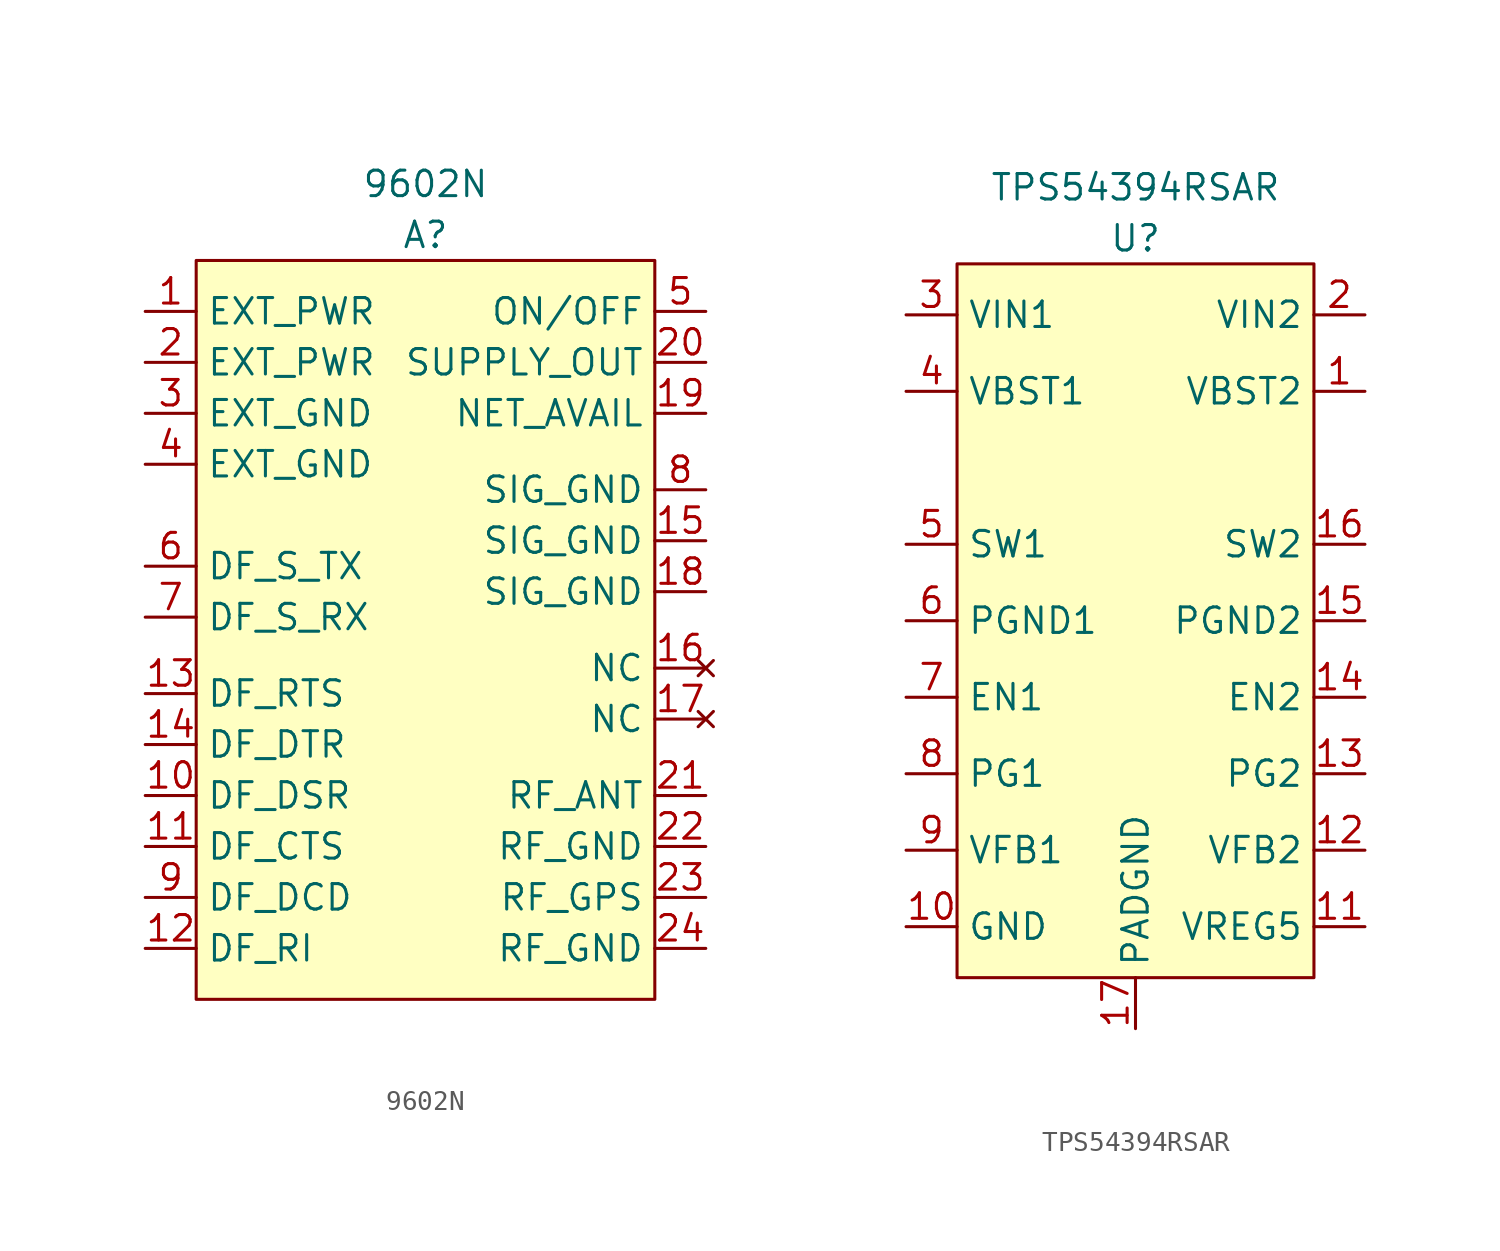
<source format=kicad_sym>
(kicad_symbol_lib
  (version 20211014)
  (generator kicad_symbol_editor)
  (symbol "9602N"
    (property "Reference" "A"
      (at 0 1.27 0)
      (effects (font (size 1.27 1.27))))
    (property "Value" "9602N"
      (at 0 3.81 0)
      (effects (font (size 1.27 1.27))))
    (symbol "9602N_0_1"
      (rectangle (start -11.43 0) (end 11.43 -36.83) (stroke (width 0) (type default) (color 0 0 0 0)) (fill (type background))))
    (symbol "9602N_1_1"
      (pin input line (at -13.97 -2.54 0) (length 2.54) (name "EXT_PWR" (effects (font (size 1.27 1.27)))) (number "1" (effects (font (size 1.27 1.27)))))
      (pin input line (at -13.97 -26.67 0) (length 2.54) (name "DF_DSR" (effects (font (size 1.27 1.27)))) (number "10" (effects (font (size 1.27 1.27)))))
      (pin input line (at -13.97 -29.21 0) (length 2.54) (name "DF_CTS" (effects (font (size 1.27 1.27)))) (number "11" (effects (font (size 1.27 1.27)))))
      (pin input line (at -13.97 -34.29 0) (length 2.54) (name "DF_RI" (effects (font (size 1.27 1.27)))) (number "12" (effects (font (size 1.27 1.27)))))
      (pin input line (at -13.97 -21.59 0) (length 2.54) (name "DF_RTS" (effects (font (size 1.27 1.27)))) (number "13" (effects (font (size 1.27 1.27)))))
      (pin input line (at -13.97 -24.13 0) (length 2.54) (name "DF_DTR" (effects (font (size 1.27 1.27)))) (number "14" (effects (font (size 1.27 1.27)))))
      (pin input line (at 13.97 -13.97 180) (length 2.54) (name "SIG_GND" (effects (font (size 1.27 1.27)))) (number "15" (effects (font (size 1.27 1.27)))))
      (pin no_connect line (at 13.97 -20.32 180) (length 2.54) (name "NC" (effects (font (size 1.27 1.27)))) (number "16" (effects (font (size 1.27 1.27)))))
      (pin no_connect line (at 13.97 -22.86 180) (length 2.54) (name "NC" (effects (font (size 1.27 1.27)))) (number "17" (effects (font (size 1.27 1.27)))))
      (pin input line (at 13.97 -16.51 180) (length 2.54) (name "SIG_GND" (effects (font (size 1.27 1.27)))) (number "18" (effects (font (size 1.27 1.27)))))
      (pin input line (at 13.97 -7.62 180) (length 2.54) (name "NET_AVAIL" (effects (font (size 1.27 1.27)))) (number "19" (effects (font (size 1.27 1.27)))))
      (pin input line (at -13.97 -5.08 0) (length 2.54) (name "EXT_PWR" (effects (font (size 1.27 1.27)))) (number "2" (effects (font (size 1.27 1.27)))))
      (pin input line (at 13.97 -5.08 180) (length 2.54) (name "SUPPLY_OUT" (effects (font (size 1.27 1.27)))) (number "20" (effects (font (size 1.27 1.27)))))
      (pin input line (at 13.97 -26.67 180) (length 2.54) (name "RF_ANT" (effects (font (size 1.27 1.27)))) (number "21" (effects (font (size 1.27 1.27)))))
      (pin input line (at 13.97 -29.21 180) (length 2.54) (name "RF_GND" (effects (font (size 1.27 1.27)))) (number "22" (effects (font (size 1.27 1.27)))))
      (pin input line (at 13.97 -31.75 180) (length 2.54) (name "RF_GPS" (effects (font (size 1.27 1.27)))) (number "23" (effects (font (size 1.27 1.27)))))
      (pin input line (at 13.97 -34.29 180) (length 2.54) (name "RF_GND" (effects (font (size 1.27 1.27)))) (number "24" (effects (font (size 1.27 1.27)))))
      (pin input line (at -13.97 -7.62 0) (length 2.54) (name "EXT_GND" (effects (font (size 1.27 1.27)))) (number "3" (effects (font (size 1.27 1.27)))))
      (pin input line (at -13.97 -10.16 0) (length 2.54) (name "EXT_GND" (effects (font (size 1.27 1.27)))) (number "4" (effects (font (size 1.27 1.27)))))
      (pin input line (at 13.97 -2.54 180) (length 2.54) (name "ON/OFF" (effects (font (size 1.27 1.27)))) (number "5" (effects (font (size 1.27 1.27)))))
      (pin input line (at -13.97 -15.24 0) (length 2.54) (name "DF_S_TX" (effects (font (size 1.27 1.27)))) (number "6" (effects (font (size 1.27 1.27)))))
      (pin input line (at -13.97 -17.78 0) (length 2.54) (name "DF_S_RX" (effects (font (size 1.27 1.27)))) (number "7" (effects (font (size 1.27 1.27)))))
      (pin input line (at 13.97 -11.43 180) (length 2.54) (name "SIG_GND" (effects (font (size 1.27 1.27)))) (number "8" (effects (font (size 1.27 1.27)))))
      (pin input line (at -13.97 -31.75 0) (length 2.54) (name "DF_DCD" (effects (font (size 1.27 1.27)))) (number "9" (effects (font (size 1.27 1.27)))))))
  (symbol "TPS54394RSAR"
    (property "Reference" "U"
      (at 0 1.27 0)
      (effects (font (size 1.27 1.27))))
    (property "Value" "TPS54394RSAR"
      (at 0 3.81 0)
      (effects (font (size 1.27 1.27))))
    (symbol "TPS54394RSAR_0_1"
      (rectangle (start -8.89 0) (end 8.89 -35.56) (stroke (width 0) (type default) (color 0 0 0 0)) (fill (type background))))
    (symbol "TPS54394RSAR_1_1"
      (pin input line (at 11.43 -6.35 180) (length 2.54) (name "VBST2" (effects (font (size 1.27 1.27)))) (number "1" (effects (font (size 1.27 1.27)))))
      (pin input line (at -11.43 -33.02 0) (length 2.54) (name "GND" (effects (font (size 1.27 1.27)))) (number "10" (effects (font (size 1.27 1.27)))))
      (pin input line (at 11.43 -33.02 180) (length 2.54) (name "VREG5" (effects (font (size 1.27 1.27)))) (number "11" (effects (font (size 1.27 1.27)))))
      (pin input line (at 11.43 -29.21 180) (length 2.54) (name "VFB2" (effects (font (size 1.27 1.27)))) (number "12" (effects (font (size 1.27 1.27)))))
      (pin input line (at 11.43 -25.4 180) (length 2.54) (name "PG2" (effects (font (size 1.27 1.27)))) (number "13" (effects (font (size 1.27 1.27)))))
      (pin input line (at 11.43 -21.59 180) (length 2.54) (name "EN2" (effects (font (size 1.27 1.27)))) (number "14" (effects (font (size 1.27 1.27)))))
      (pin input line (at 11.43 -17.78 180) (length 2.54) (name "PGND2" (effects (font (size 1.27 1.27)))) (number "15" (effects (font (size 1.27 1.27)))))
      (pin input line (at 11.43 -13.97 180) (length 2.54) (name "SW2" (effects (font (size 1.27 1.27)))) (number "16" (effects (font (size 1.27 1.27)))))
      (pin input line (at 0 -38.1 90) (length 2.54) (name "PADGND" (effects (font (size 1.27 1.27)))) (number "17" (effects (font (size 1.27 1.27)))))
      (pin input line (at 11.43 -2.54 180) (length 2.54) (name "VIN2" (effects (font (size 1.27 1.27)))) (number "2" (effects (font (size 1.27 1.27)))))
      (pin input line (at -11.43 -2.54 0) (length 2.54) (name "VIN1" (effects (font (size 1.27 1.27)))) (number "3" (effects (font (size 1.27 1.27)))))
      (pin input line (at -11.43 -6.35 0) (length 2.54) (name "VBST1" (effects (font (size 1.27 1.27)))) (number "4" (effects (font (size 1.27 1.27)))))
      (pin input line (at -11.43 -13.97 0) (length 2.54) (name "SW1" (effects (font (size 1.27 1.27)))) (number "5" (effects (font (size 1.27 1.27)))))
      (pin input line (at -11.43 -17.78 0) (length 2.54) (name "PGND1" (effects (font (size 1.27 1.27)))) (number "6" (effects (font (size 1.27 1.27)))))
      (pin input line (at -11.43 -21.59 0) (length 2.54) (name "EN1" (effects (font (size 1.27 1.27)))) (number "7" (effects (font (size 1.27 1.27)))))
      (pin input line (at -11.43 -25.4 0) (length 2.54) (name "PG1" (effects (font (size 1.27 1.27)))) (number "8" (effects (font (size 1.27 1.27)))))
      (pin input line (at -11.43 -29.21 0) (length 2.54) (name "VFB1" (effects (font (size 1.27 1.27)))) (number "9" (effects (font (size 1.27 1.27))))))))
</source>
